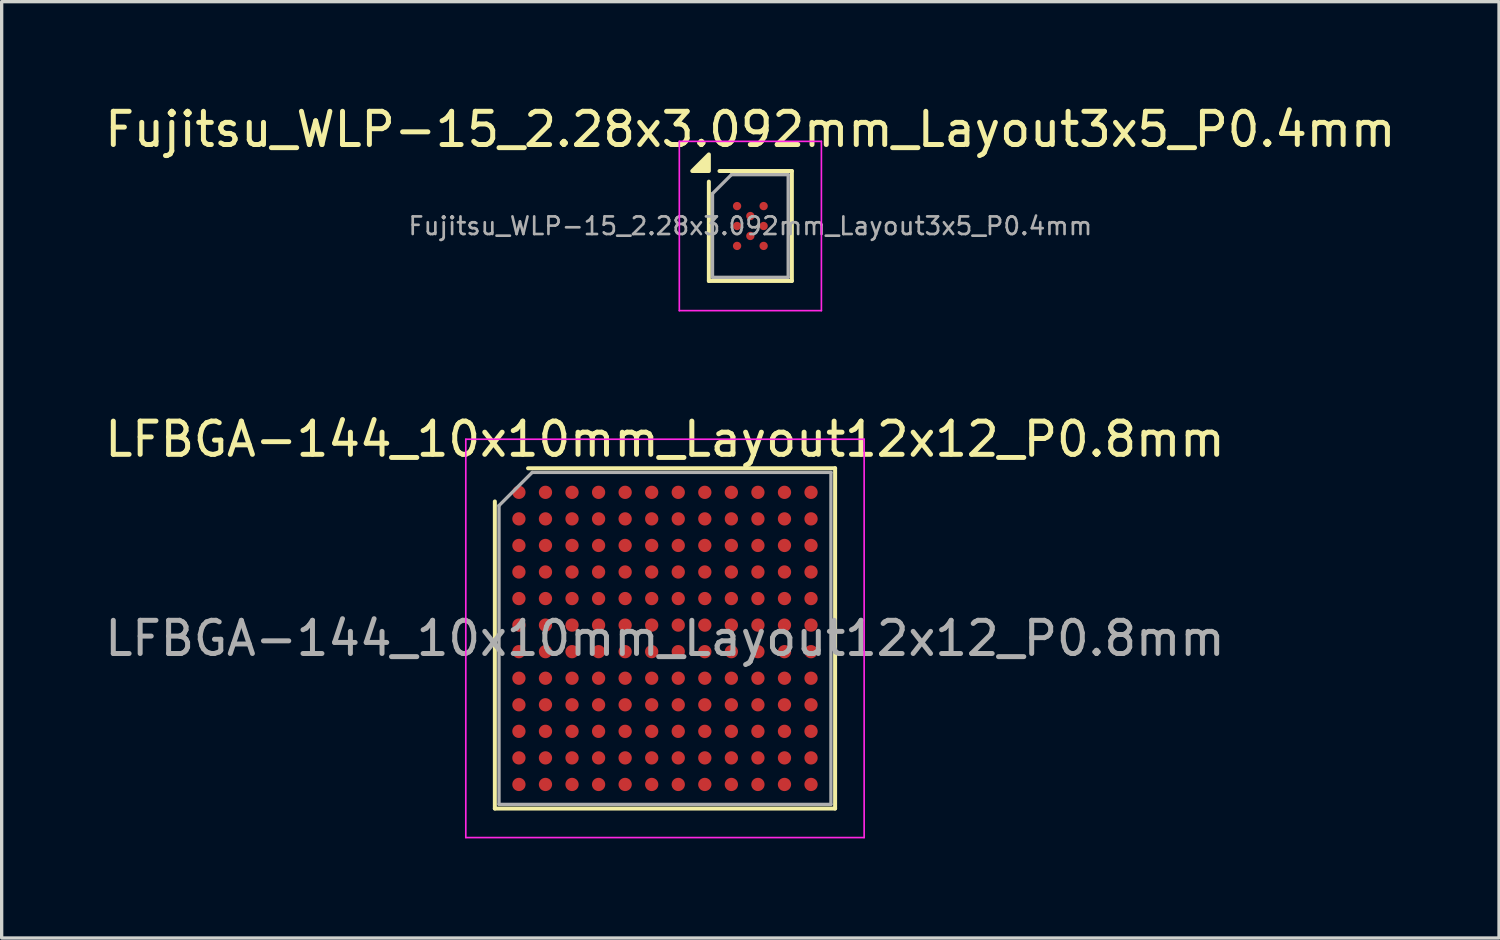
<source format=kicad_pcb>
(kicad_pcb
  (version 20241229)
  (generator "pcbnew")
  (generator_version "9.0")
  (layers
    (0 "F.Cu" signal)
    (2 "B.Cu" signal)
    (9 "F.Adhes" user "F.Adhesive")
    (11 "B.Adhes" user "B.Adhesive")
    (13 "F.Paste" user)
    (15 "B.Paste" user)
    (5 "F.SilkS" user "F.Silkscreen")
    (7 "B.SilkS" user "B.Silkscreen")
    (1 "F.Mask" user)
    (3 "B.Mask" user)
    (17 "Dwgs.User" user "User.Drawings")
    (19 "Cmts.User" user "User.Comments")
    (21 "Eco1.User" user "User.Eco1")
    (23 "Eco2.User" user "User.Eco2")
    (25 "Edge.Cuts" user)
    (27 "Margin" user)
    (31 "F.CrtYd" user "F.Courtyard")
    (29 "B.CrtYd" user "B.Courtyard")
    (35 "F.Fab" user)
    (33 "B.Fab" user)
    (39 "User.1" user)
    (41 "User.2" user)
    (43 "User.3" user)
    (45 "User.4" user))
  (footprint "LFBGA-144_10x10mm_Layout12x12_P0.8mm"
    (layer "F.Cu")
    (at 16.982 16.181)
    (property "Reference" "LFBGA-144_10x10mm_Layout12x12_P0.8mm" (at 0 -6 0) (layer "F.SilkS") (effects (font (size 1 1) (thickness 0.15))))
    (attr smd)
    (fp_line (start -5.125 5.125) (end -5.125 -4.125) (stroke (width 0.12) (type solid)) (layer "F.SilkS"))
    (fp_line (start -4.125 -5.125) (end 5.125 -5.125) (stroke (width 0.12) (type solid)) (layer "F.SilkS"))
    (fp_line (start 5.125 -5.125) (end 5.125 5.125) (stroke (width 0.12) (type solid)) (layer "F.SilkS"))
    (fp_line (start 5.125 5.125) (end -5.125 5.125) (stroke (width 0.12) (type solid)) (layer "F.SilkS"))
    (fp_line (start -6 -6) (end -6 6) (stroke (width 0.05) (type solid)) (layer "F.CrtYd"))
    (fp_line (start -6 6) (end 6 6) (stroke (width 0.05) (type solid)) (layer "F.CrtYd"))
    (fp_line (start 6 -6) (end -6 -6) (stroke (width 0.05) (type solid)) (layer "F.CrtYd"))
    (fp_line (start 6 6) (end 6 -6) (stroke (width 0.05) (type solid)) (layer "F.CrtYd"))
    (fp_line (start -5 -4) (end -4 -5) (stroke (width 0.1) (type solid)) (layer "F.Fab"))
    (fp_line (start -5 5) (end -5 -4) (stroke (width 0.1) (type solid)) (layer "F.Fab"))
    (fp_line (start -4 -5) (end 5 -5) (stroke (width 0.1) (type solid)) (layer "F.Fab"))
    (fp_line (start 5 -5) (end 5 5) (stroke (width 0.1) (type solid)) (layer "F.Fab"))
    (fp_line (start 5 5) (end -5 5) (stroke (width 0.1) (type solid)) (layer "F.Fab"))
    (fp_text user "${REFERENCE}" (at 0 0 0) (layer "F.Fab") (effects (font (size 1 1) (thickness 0.15))))
    (pad "A1" smd circle (at -4.4 -4.4) (size 0.4 0.4) (layers "F.Cu" "F.Mask" "F.Paste"))
    (pad "A2" smd circle (at -3.6 -4.4) (size 0.4 0.4) (layers "F.Cu" "F.Mask" "F.Paste"))
    (pad "A3" smd circle (at -2.8 -4.4) (size 0.4 0.4) (layers "F.Cu" "F.Mask" "F.Paste"))
    (pad "A4" smd circle (at -2 -4.4) (size 0.4 0.4) (layers "F.Cu" "F.Mask" "F.Paste"))
    (pad "A5" smd circle (at -1.2 -4.4) (size 0.4 0.4) (layers "F.Cu" "F.Mask" "F.Paste"))
    (pad "A6" smd circle (at -0.4 -4.4) (size 0.4 0.4) (layers "F.Cu" "F.Mask" "F.Paste"))
    (pad "A7" smd circle (at 0.4 -4.4) (size 0.4 0.4) (layers "F.Cu" "F.Mask" "F.Paste"))
    (pad "A8" smd circle (at 1.2 -4.4) (size 0.4 0.4) (layers "F.Cu" "F.Mask" "F.Paste"))
    (pad "A9" smd circle (at 2 -4.4) (size 0.4 0.4) (layers "F.Cu" "F.Mask" "F.Paste"))
    (pad "A10" smd circle (at 2.8 -4.4) (size 0.4 0.4) (layers "F.Cu" "F.Mask" "F.Paste"))
    (pad "A11" smd circle (at 3.6 -4.4) (size 0.4 0.4) (layers "F.Cu" "F.Mask" "F.Paste"))
    (pad "A12" smd circle (at 4.4 -4.4) (size 0.4 0.4) (layers "F.Cu" "F.Mask" "F.Paste"))
    (pad "B1" smd circle (at -4.4 -3.6) (size 0.4 0.4) (layers "F.Cu" "F.Mask" "F.Paste"))
    (pad "B2" smd circle (at -3.6 -3.6) (size 0.4 0.4) (layers "F.Cu" "F.Mask" "F.Paste"))
    (pad "B3" smd circle (at -2.8 -3.6) (size 0.4 0.4) (layers "F.Cu" "F.Mask" "F.Paste"))
    (pad "B4" smd circle (at -2 -3.6) (size 0.4 0.4) (layers "F.Cu" "F.Mask" "F.Paste"))
    (pad "B5" smd circle (at -1.2 -3.6) (size 0.4 0.4) (layers "F.Cu" "F.Mask" "F.Paste"))
    (pad "B6" smd circle (at -0.4 -3.6) (size 0.4 0.4) (layers "F.Cu" "F.Mask" "F.Paste"))
    (pad "B7" smd circle (at 0.4 -3.6) (size 0.4 0.4) (layers "F.Cu" "F.Mask" "F.Paste"))
    (pad "B8" smd circle (at 1.2 -3.6) (size 0.4 0.4) (layers "F.Cu" "F.Mask" "F.Paste"))
    (pad "B9" smd circle (at 2 -3.6) (size 0.4 0.4) (layers "F.Cu" "F.Mask" "F.Paste"))
    (pad "B10" smd circle (at 2.8 -3.6) (size 0.4 0.4) (layers "F.Cu" "F.Mask" "F.Paste"))
    (pad "B11" smd circle (at 3.6 -3.6) (size 0.4 0.4) (layers "F.Cu" "F.Mask" "F.Paste"))
    (pad "B12" smd circle (at 4.4 -3.6) (size 0.4 0.4) (layers "F.Cu" "F.Mask" "F.Paste"))
    (pad "C1" smd circle (at -4.4 -2.8) (size 0.4 0.4) (layers "F.Cu" "F.Mask" "F.Paste"))
    (pad "C2" smd circle (at -3.6 -2.8) (size 0.4 0.4) (layers "F.Cu" "F.Mask" "F.Paste"))
    (pad "C3" smd circle (at -2.8 -2.8) (size 0.4 0.4) (layers "F.Cu" "F.Mask" "F.Paste"))
    (pad "C4" smd circle (at -2 -2.8) (size 0.4 0.4) (layers "F.Cu" "F.Mask" "F.Paste"))
    (pad "C5" smd circle (at -1.2 -2.8) (size 0.4 0.4) (layers "F.Cu" "F.Mask" "F.Paste"))
    (pad "C6" smd circle (at -0.4 -2.8) (size 0.4 0.4) (layers "F.Cu" "F.Mask" "F.Paste"))
    (pad "C7" smd circle (at 0.4 -2.8) (size 0.4 0.4) (layers "F.Cu" "F.Mask" "F.Paste"))
    (pad "C8" smd circle (at 1.2 -2.8) (size 0.4 0.4) (layers "F.Cu" "F.Mask" "F.Paste"))
    (pad "C9" smd circle (at 2 -2.8) (size 0.4 0.4) (layers "F.Cu" "F.Mask" "F.Paste"))
    (pad "C10" smd circle (at 2.8 -2.8) (size 0.4 0.4) (layers "F.Cu" "F.Mask" "F.Paste"))
    (pad "C11" smd circle (at 3.6 -2.8) (size 0.4 0.4) (layers "F.Cu" "F.Mask" "F.Paste"))
    (pad "C12" smd circle (at 4.4 -2.8) (size 0.4 0.4) (layers "F.Cu" "F.Mask" "F.Paste"))
    (pad "D1" smd circle (at -4.4 -2) (size 0.4 0.4) (layers "F.Cu" "F.Mask" "F.Paste"))
    (pad "D2" smd circle (at -3.6 -2) (size 0.4 0.4) (layers "F.Cu" "F.Mask" "F.Paste"))
    (pad "D3" smd circle (at -2.8 -2) (size 0.4 0.4) (layers "F.Cu" "F.Mask" "F.Paste"))
    (pad "D4" smd circle (at -2 -2) (size 0.4 0.4) (layers "F.Cu" "F.Mask" "F.Paste"))
    (pad "D5" smd circle (at -1.2 -2) (size 0.4 0.4) (layers "F.Cu" "F.Mask" "F.Paste"))
    (pad "D6" smd circle (at -0.4 -2) (size 0.4 0.4) (layers "F.Cu" "F.Mask" "F.Paste"))
    (pad "D7" smd circle (at 0.4 -2) (size 0.4 0.4) (layers "F.Cu" "F.Mask" "F.Paste"))
    (pad "D8" smd circle (at 1.2 -2) (size 0.4 0.4) (layers "F.Cu" "F.Mask" "F.Paste"))
    (pad "D9" smd circle (at 2 -2) (size 0.4 0.4) (layers "F.Cu" "F.Mask" "F.Paste"))
    (pad "D10" smd circle (at 2.8 -2) (size 0.4 0.4) (layers "F.Cu" "F.Mask" "F.Paste"))
    (pad "D11" smd circle (at 3.6 -2) (size 0.4 0.4) (layers "F.Cu" "F.Mask" "F.Paste"))
    (pad "D12" smd circle (at 4.4 -2) (size 0.4 0.4) (layers "F.Cu" "F.Mask" "F.Paste"))
    (pad "E1" smd circle (at -4.4 -1.2) (size 0.4 0.4) (layers "F.Cu" "F.Mask" "F.Paste"))
    (pad "E2" smd circle (at -3.6 -1.2) (size 0.4 0.4) (layers "F.Cu" "F.Mask" "F.Paste"))
    (pad "E3" smd circle (at -2.8 -1.2) (size 0.4 0.4) (layers "F.Cu" "F.Mask" "F.Paste"))
    (pad "E4" smd circle (at -2 -1.2) (size 0.4 0.4) (layers "F.Cu" "F.Mask" "F.Paste"))
    (pad "E5" smd circle (at -1.2 -1.2) (size 0.4 0.4) (layers "F.Cu" "F.Mask" "F.Paste"))
    (pad "E6" smd circle (at -0.4 -1.2) (size 0.4 0.4) (layers "F.Cu" "F.Mask" "F.Paste"))
    (pad "E7" smd circle (at 0.4 -1.2) (size 0.4 0.4) (layers "F.Cu" "F.Mask" "F.Paste"))
    (pad "E8" smd circle (at 1.2 -1.2) (size 0.4 0.4) (layers "F.Cu" "F.Mask" "F.Paste"))
    (pad "E9" smd circle (at 2 -1.2) (size 0.4 0.4) (layers "F.Cu" "F.Mask" "F.Paste"))
    (pad "E10" smd circle (at 2.8 -1.2) (size 0.4 0.4) (layers "F.Cu" "F.Mask" "F.Paste"))
    (pad "E11" smd circle (at 3.6 -1.2) (size 0.4 0.4) (layers "F.Cu" "F.Mask" "F.Paste"))
    (pad "E12" smd circle (at 4.4 -1.2) (size 0.4 0.4) (layers "F.Cu" "F.Mask" "F.Paste"))
    (pad "F1" smd circle (at -4.4 -0.4) (size 0.4 0.4) (layers "F.Cu" "F.Mask" "F.Paste"))
    (pad "F2" smd circle (at -3.6 -0.4) (size 0.4 0.4) (layers "F.Cu" "F.Mask" "F.Paste"))
    (pad "F3" smd circle (at -2.8 -0.4) (size 0.4 0.4) (layers "F.Cu" "F.Mask" "F.Paste"))
    (pad "F4" smd circle (at -2 -0.4) (size 0.4 0.4) (layers "F.Cu" "F.Mask" "F.Paste"))
    (pad "F5" smd circle (at -1.2 -0.4) (size 0.4 0.4) (layers "F.Cu" "F.Mask" "F.Paste"))
    (pad "F6" smd circle (at -0.4 -0.4) (size 0.4 0.4) (layers "F.Cu" "F.Mask" "F.Paste"))
    (pad "F7" smd circle (at 0.4 -0.4) (size 0.4 0.4) (layers "F.Cu" "F.Mask" "F.Paste"))
    (pad "F8" smd circle (at 1.2 -0.4) (size 0.4 0.4) (layers "F.Cu" "F.Mask" "F.Paste"))
    (pad "F9" smd circle (at 2 -0.4) (size 0.4 0.4) (layers "F.Cu" "F.Mask" "F.Paste"))
    (pad "F10" smd circle (at 2.8 -0.4) (size 0.4 0.4) (layers "F.Cu" "F.Mask" "F.Paste"))
    (pad "F11" smd circle (at 3.6 -0.4) (size 0.4 0.4) (layers "F.Cu" "F.Mask" "F.Paste"))
    (pad "F12" smd circle (at 4.4 -0.4) (size 0.4 0.4) (layers "F.Cu" "F.Mask" "F.Paste"))
    (pad "G1" smd circle (at -4.4 0.4) (size 0.4 0.4) (layers "F.Cu" "F.Mask" "F.Paste"))
    (pad "G2" smd circle (at -3.6 0.4) (size 0.4 0.4) (layers "F.Cu" "F.Mask" "F.Paste"))
    (pad "G3" smd circle (at -2.8 0.4) (size 0.4 0.4) (layers "F.Cu" "F.Mask" "F.Paste"))
    (pad "G4" smd circle (at -2 0.4) (size 0.4 0.4) (layers "F.Cu" "F.Mask" "F.Paste"))
    (pad "G5" smd circle (at -1.2 0.4) (size 0.4 0.4) (layers "F.Cu" "F.Mask" "F.Paste"))
    (pad "G6" smd circle (at -0.4 0.4) (size 0.4 0.4) (layers "F.Cu" "F.Mask" "F.Paste"))
    (pad "G7" smd circle (at 0.4 0.4) (size 0.4 0.4) (layers "F.Cu" "F.Mask" "F.Paste"))
    (pad "G8" smd circle (at 1.2 0.4) (size 0.4 0.4) (layers "F.Cu" "F.Mask" "F.Paste"))
    (pad "G9" smd circle (at 2 0.4) (size 0.4 0.4) (layers "F.Cu" "F.Mask" "F.Paste"))
    (pad "G10" smd circle (at 2.8 0.4) (size 0.4 0.4) (layers "F.Cu" "F.Mask" "F.Paste"))
    (pad "G11" smd circle (at 3.6 0.4) (size 0.4 0.4) (layers "F.Cu" "F.Mask" "F.Paste"))
    (pad "G12" smd circle (at 4.4 0.4) (size 0.4 0.4) (layers "F.Cu" "F.Mask" "F.Paste"))
    (pad "H1" smd circle (at -4.4 1.2) (size 0.4 0.4) (layers "F.Cu" "F.Mask" "F.Paste"))
    (pad "H2" smd circle (at -3.6 1.2) (size 0.4 0.4) (layers "F.Cu" "F.Mask" "F.Paste"))
    (pad "H3" smd circle (at -2.8 1.2) (size 0.4 0.4) (layers "F.Cu" "F.Mask" "F.Paste"))
    (pad "H4" smd circle (at -2 1.2) (size 0.4 0.4) (layers "F.Cu" "F.Mask" "F.Paste"))
    (pad "H5" smd circle (at -1.2 1.2) (size 0.4 0.4) (layers "F.Cu" "F.Mask" "F.Paste"))
    (pad "H6" smd circle (at -0.4 1.2) (size 0.4 0.4) (layers "F.Cu" "F.Mask" "F.Paste"))
    (pad "H7" smd circle (at 0.4 1.2) (size 0.4 0.4) (layers "F.Cu" "F.Mask" "F.Paste"))
    (pad "H8" smd circle (at 1.2 1.2) (size 0.4 0.4) (layers "F.Cu" "F.Mask" "F.Paste"))
    (pad "H9" smd circle (at 2 1.2) (size 0.4 0.4) (layers "F.Cu" "F.Mask" "F.Paste"))
    (pad "H10" smd circle (at 2.8 1.2) (size 0.4 0.4) (layers "F.Cu" "F.Mask" "F.Paste"))
    (pad "H11" smd circle (at 3.6 1.2) (size 0.4 0.4) (layers "F.Cu" "F.Mask" "F.Paste"))
    (pad "H12" smd circle (at 4.4 1.2) (size 0.4 0.4) (layers "F.Cu" "F.Mask" "F.Paste"))
    (pad "J1" smd circle (at -4.4 2) (size 0.4 0.4) (layers "F.Cu" "F.Mask" "F.Paste"))
    (pad "J2" smd circle (at -3.6 2) (size 0.4 0.4) (layers "F.Cu" "F.Mask" "F.Paste"))
    (pad "J3" smd circle (at -2.8 2) (size 0.4 0.4) (layers "F.Cu" "F.Mask" "F.Paste"))
    (pad "J4" smd circle (at -2 2) (size 0.4 0.4) (layers "F.Cu" "F.Mask" "F.Paste"))
    (pad "J5" smd circle (at -1.2 2) (size 0.4 0.4) (layers "F.Cu" "F.Mask" "F.Paste"))
    (pad "J6" smd circle (at -0.4 2) (size 0.4 0.4) (layers "F.Cu" "F.Mask" "F.Paste"))
    (pad "J7" smd circle (at 0.4 2) (size 0.4 0.4) (layers "F.Cu" "F.Mask" "F.Paste"))
    (pad "J8" smd circle (at 1.2 2) (size 0.4 0.4) (layers "F.Cu" "F.Mask" "F.Paste"))
    (pad "J9" smd circle (at 2 2) (size 0.4 0.4) (layers "F.Cu" "F.Mask" "F.Paste"))
    (pad "J10" smd circle (at 2.8 2) (size 0.4 0.4) (layers "F.Cu" "F.Mask" "F.Paste"))
    (pad "J11" smd circle (at 3.6 2) (size 0.4 0.4) (layers "F.Cu" "F.Mask" "F.Paste"))
    (pad "J12" smd circle (at 4.4 2) (size 0.4 0.4) (layers "F.Cu" "F.Mask" "F.Paste"))
    (pad "K1" smd circle (at -4.4 2.8) (size 0.4 0.4) (layers "F.Cu" "F.Mask" "F.Paste"))
    (pad "K2" smd circle (at -3.6 2.8) (size 0.4 0.4) (layers "F.Cu" "F.Mask" "F.Paste"))
    (pad "K3" smd circle (at -2.8 2.8) (size 0.4 0.4) (layers "F.Cu" "F.Mask" "F.Paste"))
    (pad "K4" smd circle (at -2 2.8) (size 0.4 0.4) (layers "F.Cu" "F.Mask" "F.Paste"))
    (pad "K5" smd circle (at -1.2 2.8) (size 0.4 0.4) (layers "F.Cu" "F.Mask" "F.Paste"))
    (pad "K6" smd circle (at -0.4 2.8) (size 0.4 0.4) (layers "F.Cu" "F.Mask" "F.Paste"))
    (pad "K7" smd circle (at 0.4 2.8) (size 0.4 0.4) (layers "F.Cu" "F.Mask" "F.Paste"))
    (pad "K8" smd circle (at 1.2 2.8) (size 0.4 0.4) (layers "F.Cu" "F.Mask" "F.Paste"))
    (pad "K9" smd circle (at 2 2.8) (size 0.4 0.4) (layers "F.Cu" "F.Mask" "F.Paste"))
    (pad "K10" smd circle (at 2.8 2.8) (size 0.4 0.4) (layers "F.Cu" "F.Mask" "F.Paste"))
    (pad "K11" smd circle (at 3.6 2.8) (size 0.4 0.4) (layers "F.Cu" "F.Mask" "F.Paste"))
    (pad "K12" smd circle (at 4.4 2.8) (size 0.4 0.4) (layers "F.Cu" "F.Mask" "F.Paste"))
    (pad "L1" smd circle (at -4.4 3.6) (size 0.4 0.4) (layers "F.Cu" "F.Mask" "F.Paste"))
    (pad "L2" smd circle (at -3.6 3.6) (size 0.4 0.4) (layers "F.Cu" "F.Mask" "F.Paste"))
    (pad "L3" smd circle (at -2.8 3.6) (size 0.4 0.4) (layers "F.Cu" "F.Mask" "F.Paste"))
    (pad "L4" smd circle (at -2 3.6) (size 0.4 0.4) (layers "F.Cu" "F.Mask" "F.Paste"))
    (pad "L5" smd circle (at -1.2 3.6) (size 0.4 0.4) (layers "F.Cu" "F.Mask" "F.Paste"))
    (pad "L6" smd circle (at -0.4 3.6) (size 0.4 0.4) (layers "F.Cu" "F.Mask" "F.Paste"))
    (pad "L7" smd circle (at 0.4 3.6) (size 0.4 0.4) (layers "F.Cu" "F.Mask" "F.Paste"))
    (pad "L8" smd circle (at 1.2 3.6) (size 0.4 0.4) (layers "F.Cu" "F.Mask" "F.Paste"))
    (pad "L9" smd circle (at 2 3.6) (size 0.4 0.4) (layers "F.Cu" "F.Mask" "F.Paste"))
    (pad "L10" smd circle (at 2.8 3.6) (size 0.4 0.4) (layers "F.Cu" "F.Mask" "F.Paste"))
    (pad "L11" smd circle (at 3.6 3.6) (size 0.4 0.4) (layers "F.Cu" "F.Mask" "F.Paste"))
    (pad "L12" smd circle (at 4.4 3.6) (size 0.4 0.4) (layers "F.Cu" "F.Mask" "F.Paste"))
    (pad "M1" smd circle (at -4.4 4.4) (size 0.4 0.4) (layers "F.Cu" "F.Mask" "F.Paste"))
    (pad "M2" smd circle (at -3.6 4.4) (size 0.4 0.4) (layers "F.Cu" "F.Mask" "F.Paste"))
    (pad "M3" smd circle (at -2.8 4.4) (size 0.4 0.4) (layers "F.Cu" "F.Mask" "F.Paste"))
    (pad "M4" smd circle (at -2 4.4) (size 0.4 0.4) (layers "F.Cu" "F.Mask" "F.Paste"))
    (pad "M5" smd circle (at -1.2 4.4) (size 0.4 0.4) (layers "F.Cu" "F.Mask" "F.Paste"))
    (pad "M6" smd circle (at -0.4 4.4) (size 0.4 0.4) (layers "F.Cu" "F.Mask" "F.Paste"))
    (pad "M7" smd circle (at 0.4 4.4) (size 0.4 0.4) (layers "F.Cu" "F.Mask" "F.Paste"))
    (pad "M8" smd circle (at 1.2 4.4) (size 0.4 0.4) (layers "F.Cu" "F.Mask" "F.Paste"))
    (pad "M9" smd circle (at 2 4.4) (size 0.4 0.4) (layers "F.Cu" "F.Mask" "F.Paste"))
    (pad "M10" smd circle (at 2.8 4.4) (size 0.4 0.4) (layers "F.Cu" "F.Mask" "F.Paste"))
    (pad "M11" smd circle (at 3.6 4.4) (size 0.4 0.4) (layers "F.Cu" "F.Mask" "F.Paste"))
    (pad "M12" smd circle (at 4.4 4.4) (size 0.4 0.4) (layers "F.Cu" "F.Mask" "F.Paste")))
  (footprint "Fujitsu_WLP-15_2.28x3.092mm_Layout3x5_P0.4mm"
    (layer "F.Cu")
    (at 19.554 3.758)
    (property "Reference" "Fujitsu_WLP-15_2.28x3.092mm_Layout3x5_P0.4mm" (at 0 -2.91 0) (layer "F.SilkS") (effects (font (size 1 1) (thickness 0.15))))
    (attr smd)
    (fp_line (start -1.25 1.656) (end -1.25 -1.336) (stroke (width 0.12) (type solid)) (layer "F.SilkS"))
    (fp_line (start 1.25 -1.656) (end -0.93 -1.656) (stroke (width 0.12) (type solid)) (layer "F.SilkS"))
    (fp_line (start 1.25 -1.656) (end 1.25 1.656) (stroke (width 0.12) (type solid)) (layer "F.SilkS"))
    (fp_line (start 1.25 1.656) (end -1.25 1.656) (stroke (width 0.12) (type solid)) (layer "F.SilkS"))
    (fp_poly (pts (xy -1.25 -1.656) (xy -1.75 -1.656) (xy -1.25 -2.156) (xy -1.25 -1.656)) (stroke (width 0.12) (type solid)) (fill yes) (layer "F.SilkS"))
    (fp_line (start -2.14 -2.55) (end -2.14 2.55) (stroke (width 0.05) (type solid)) (layer "F.CrtYd"))
    (fp_line (start -2.14 2.55) (end 2.14 2.55) (stroke (width 0.05) (type solid)) (layer "F.CrtYd"))
    (fp_line (start 2.14 -2.55) (end -2.14 -2.55) (stroke (width 0.05) (type solid)) (layer "F.CrtYd"))
    (fp_line (start 2.14 2.55) (end 2.14 -2.55) (stroke (width 0.05) (type solid)) (layer "F.CrtYd"))
    (fp_line (start -1.14 -0.976) (end -0.57 -1.546) (stroke (width 0.1) (type solid)) (layer "F.Fab"))
    (fp_line (start -1.14 1.546) (end -1.14 -0.976) (stroke (width 0.1) (type solid)) (layer "F.Fab"))
    (fp_line (start -0.57 -1.546) (end 1.14 -1.546) (stroke (width 0.1) (type solid)) (layer "F.Fab"))
    (fp_line (start 1.14 -1.546) (end 1.14 1.546) (stroke (width 0.1) (type solid)) (layer "F.Fab"))
    (fp_line (start 1.14 1.546) (end -1.14 1.546) (stroke (width 0.1) (type solid)) (layer "F.Fab"))
    (fp_text user "${REFERENCE}" (at 0 0 0) (layer "F.Fab") (effects (font (size 0.53 0.53) (thickness 0.08))))
    (pad "A1" smd circle (at -0.4 -0.6) (size 0.25 0.25) (property pad_prop_bga) (layers "F.Cu" "F.Mask" "F.Paste"))
    (pad "A3" smd circle (at 0.4 -0.6) (size 0.25 0.25) (property pad_prop_bga) (layers "F.Cu" "F.Mask" "F.Paste"))
    (pad "B2" smd circle (at 0 -0.3) (size 0.25 0.25) (property pad_prop_bga) (layers "F.Cu" "F.Mask" "F.Paste"))
    (pad "C1" smd circle (at -0.4 0) (size 0.25 0.25) (property pad_prop_bga) (layers "F.Cu" "F.Mask" "F.Paste"))
    (pad "C3" smd circle (at 0.4 0) (size 0.25 0.25) (property pad_prop_bga) (layers "F.Cu" "F.Mask" "F.Paste"))
    (pad "D2" smd circle (at 0 0.3) (size 0.25 0.25) (property pad_prop_bga) (layers "F.Cu" "F.Mask" "F.Paste"))
    (pad "E1" smd circle (at -0.4 0.6) (size 0.25 0.25) (property pad_prop_bga) (layers "F.Cu" "F.Mask" "F.Paste"))
    (pad "E3" smd circle (at 0.4 0.6) (size 0.25 0.25) (property pad_prop_bga) (layers "F.Cu" "F.Mask" "F.Paste")))
  (gr_rect
    (start -3 -3)
    (end 42.107 25.206)
    (stroke (width 0.1) (type default))
    (fill no)
    (layer "Edge.Cuts")))
</source>
